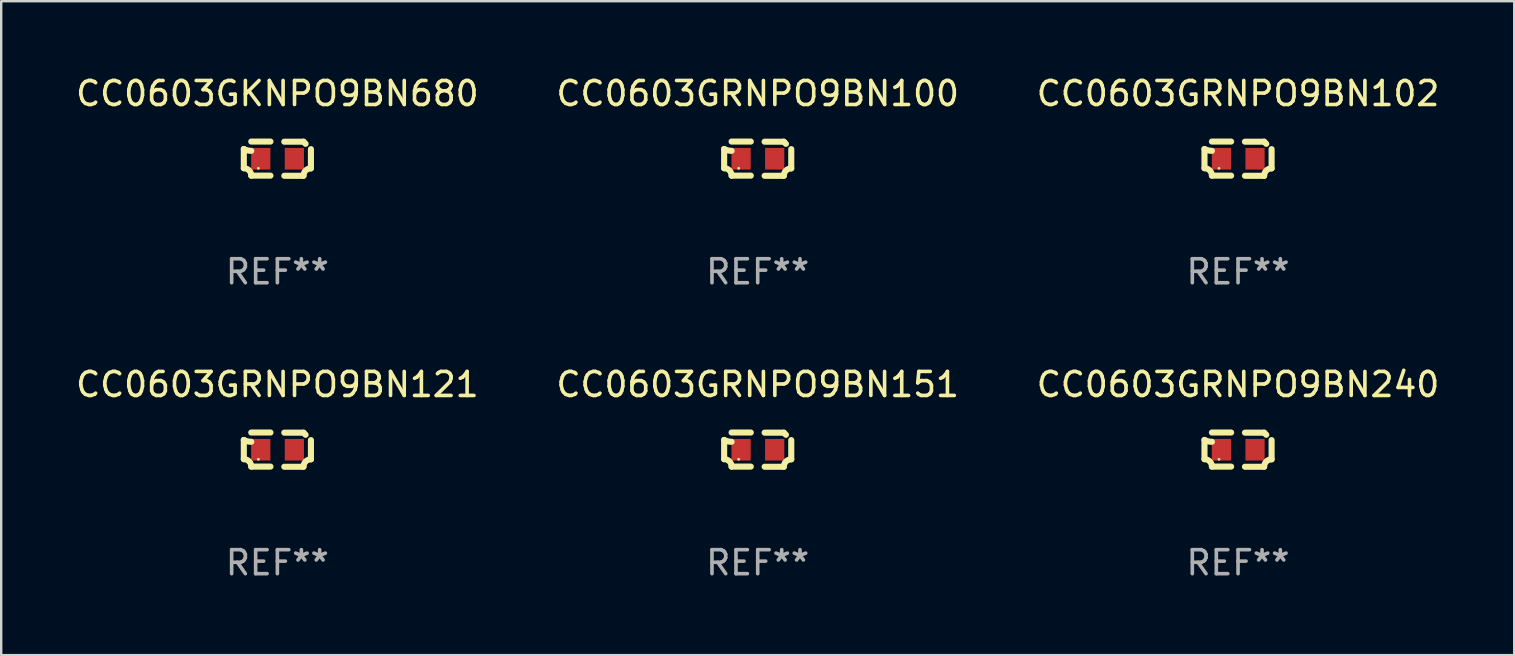
<source format=kicad_pcb>
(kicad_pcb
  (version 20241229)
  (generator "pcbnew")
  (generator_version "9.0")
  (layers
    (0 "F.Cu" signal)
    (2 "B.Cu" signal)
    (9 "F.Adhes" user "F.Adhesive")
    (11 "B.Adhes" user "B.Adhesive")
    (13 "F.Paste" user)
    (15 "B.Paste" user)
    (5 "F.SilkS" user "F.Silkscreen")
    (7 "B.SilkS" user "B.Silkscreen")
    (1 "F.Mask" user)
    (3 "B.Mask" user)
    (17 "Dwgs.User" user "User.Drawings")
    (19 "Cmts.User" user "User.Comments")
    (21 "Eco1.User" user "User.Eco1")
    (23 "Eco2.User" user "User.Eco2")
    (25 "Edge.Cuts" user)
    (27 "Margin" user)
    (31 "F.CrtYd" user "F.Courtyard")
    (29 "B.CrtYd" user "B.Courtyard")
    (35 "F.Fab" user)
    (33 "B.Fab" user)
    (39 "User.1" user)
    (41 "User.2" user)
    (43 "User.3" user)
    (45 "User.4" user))
  (footprint "CC0603GRNPO9BN100"
    (layer "F.Cu")
    (at 28.518 3.561)
    (property "Reference" "CC0603GRNPO9BN100" (at 0 -2.713 0) (layer "F.SilkS") (effects (font (size 1 1) (thickness 0.15))))
    (attr through_hole)
    (fp_line (start -1.398 -0.403) (end -1.398 0.397) (stroke (width 0.254) (type solid)) (layer "F.SilkS"))
    (fp_line (start -0.288 -0.713) (end -1.088 -0.713) (stroke (width 0.254) (type solid)) (layer "F.SilkS"))
    (fp_line (start -0.288 0.707) (end -1.088 0.707) (stroke (width 0.254) (type solid)) (layer "F.SilkS"))
    (fp_line (start 0.288 -0.707) (end 1.088 -0.707) (stroke (width 0.254) (type solid)) (layer "F.SilkS"))
    (fp_line (start 0.288 0.713) (end 1.088 0.713) (stroke (width 0.254) (type solid)) (layer "F.SilkS"))
    (fp_line (start 1.398 -0.397) (end 1.398 0.403) (stroke (width 0.254) (type solid)) (layer "F.SilkS"))
    (fp_arc (start -1.397789 0.397066) (mid -1.178701 0.487826) (end -1.08796 0.706922) (stroke (width 0.254001) (type solid)) (layer "F.SilkS"))
    (fp_arc (start -1.08796 -0.327176) (mid -1.247436 -0.346384) (end -1.39779 -0.402908) (stroke (width 0.254001) (type solid)) (layer "F.SilkS"))
    (fp_arc (start 1.087909 0.712738) (mid 1.178656 0.493655) (end 1.397739 0.402908) (stroke (width 0.254001) (type solid)) (layer "F.SilkS"))
    (fp_arc (start 1.175925 -0.618926) (mid 1.131917 -0.662923) (end 1.08791 -0.706922) (stroke (width 0.254001) (type solid)) (layer "F.SilkS"))
    (fp_circle (center -0.792 0.403) (end -0.762 0.403) (stroke (width 0.06) (type solid)) (fill no) (layer "F.SilkS"))
    (fp_text user "REF**" (at 0 4.713 0) (layer "F.Fab") (effects (font (size 1 1) (thickness 0.15))))
    (pad "1" smd rect (at -0.692 0.003) (size 0.8 0.9) (layers "F.Cu" "F.Mask" "F.Paste"))
    (pad "2" smd rect (at 0.708 0.003) (size 0.8 0.9) (layers "F.Cu" "F.Mask" "F.Paste")))
  (footprint "CC0603GKNPO9BN680"
    (layer "F.Cu")
    (at 8.506 3.561)
    (property "Reference" "CC0603GKNPO9BN680" (at 0 -2.713 0) (layer "F.SilkS") (effects (font (size 1 1) (thickness 0.15))))
    (attr through_hole)
    (fp_line (start -1.398 -0.403) (end -1.398 0.397) (stroke (width 0.254) (type solid)) (layer "F.SilkS"))
    (fp_line (start -0.288 -0.713) (end -1.088 -0.713) (stroke (width 0.254) (type solid)) (layer "F.SilkS"))
    (fp_line (start -0.288 0.707) (end -1.088 0.707) (stroke (width 0.254) (type solid)) (layer "F.SilkS"))
    (fp_line (start 0.288 -0.707) (end 1.088 -0.707) (stroke (width 0.254) (type solid)) (layer "F.SilkS"))
    (fp_line (start 0.288 0.713) (end 1.088 0.713) (stroke (width 0.254) (type solid)) (layer "F.SilkS"))
    (fp_line (start 1.398 -0.397) (end 1.398 0.403) (stroke (width 0.254) (type solid)) (layer "F.SilkS"))
    (fp_arc (start -1.397789 0.397066) (mid -1.178701 0.487826) (end -1.08796 0.706922) (stroke (width 0.254001) (type solid)) (layer "F.SilkS"))
    (fp_arc (start -1.08796 -0.327176) (mid -1.247436 -0.346384) (end -1.39779 -0.402908) (stroke (width 0.254001) (type solid)) (layer "F.SilkS"))
    (fp_arc (start 1.087909 0.712738) (mid 1.178656 0.493655) (end 1.397739 0.402908) (stroke (width 0.254001) (type solid)) (layer "F.SilkS"))
    (fp_arc (start 1.175925 -0.618926) (mid 1.131917 -0.662923) (end 1.08791 -0.706922) (stroke (width 0.254001) (type solid)) (layer "F.SilkS"))
    (fp_circle (center -0.792 0.403) (end -0.762 0.403) (stroke (width 0.06) (type solid)) (fill no) (layer "F.SilkS"))
    (fp_text user "REF**" (at 0 4.713 0) (layer "F.Fab") (effects (font (size 1 1) (thickness 0.15))))
    (pad "1" smd rect (at -0.692 0.003) (size 0.8 0.9) (layers "F.Cu" "F.Mask" "F.Paste"))
    (pad "2" smd rect (at 0.708 0.003) (size 0.8 0.9) (layers "F.Cu" "F.Mask" "F.Paste")))
  (footprint "CC0603GRNPO9BN151"
    (layer "F.Cu")
    (at 28.518 15.683)
    (property "Reference" "CC0603GRNPO9BN151" (at 0 -2.713 0) (layer "F.SilkS") (effects (font (size 1 1) (thickness 0.15))))
    (attr through_hole)
    (fp_line (start -1.398 -0.403) (end -1.398 0.397) (stroke (width 0.254) (type solid)) (layer "F.SilkS"))
    (fp_line (start -0.288 -0.713) (end -1.088 -0.713) (stroke (width 0.254) (type solid)) (layer "F.SilkS"))
    (fp_line (start -0.288 0.707) (end -1.088 0.707) (stroke (width 0.254) (type solid)) (layer "F.SilkS"))
    (fp_line (start 0.288 -0.707) (end 1.088 -0.707) (stroke (width 0.254) (type solid)) (layer "F.SilkS"))
    (fp_line (start 0.288 0.713) (end 1.088 0.713) (stroke (width 0.254) (type solid)) (layer "F.SilkS"))
    (fp_line (start 1.398 -0.397) (end 1.398 0.403) (stroke (width 0.254) (type solid)) (layer "F.SilkS"))
    (fp_arc (start -1.397789 0.397066) (mid -1.178701 0.487826) (end -1.08796 0.706922) (stroke (width 0.254001) (type solid)) (layer "F.SilkS"))
    (fp_arc (start -1.08796 -0.327176) (mid -1.247436 -0.346384) (end -1.39779 -0.402908) (stroke (width 0.254001) (type solid)) (layer "F.SilkS"))
    (fp_arc (start 1.087909 0.712738) (mid 1.178656 0.493655) (end 1.397739 0.402908) (stroke (width 0.254001) (type solid)) (layer "F.SilkS"))
    (fp_arc (start 1.175925 -0.618926) (mid 1.131917 -0.662923) (end 1.08791 -0.706922) (stroke (width 0.254001) (type solid)) (layer "F.SilkS"))
    (fp_circle (center -0.792 0.403) (end -0.762 0.403) (stroke (width 0.06) (type solid)) (fill no) (layer "F.SilkS"))
    (fp_text user "REF**" (at 0 4.713 0) (layer "F.Fab") (effects (font (size 1 1) (thickness 0.15))))
    (pad "1" smd rect (at -0.692 0.003) (size 0.8 0.9) (layers "F.Cu" "F.Mask" "F.Paste"))
    (pad "2" smd rect (at 0.708 0.003) (size 0.8 0.9) (layers "F.Cu" "F.Mask" "F.Paste")))
  (footprint "CC0603GRNPO9BN240"
    (layer "F.Cu")
    (at 48.53 15.683)
    (property "Reference" "CC0603GRNPO9BN240" (at 0 -2.713 0) (layer "F.SilkS") (effects (font (size 1 1) (thickness 0.15))))
    (attr through_hole)
    (fp_line (start -1.398 -0.403) (end -1.398 0.397) (stroke (width 0.254) (type solid)) (layer "F.SilkS"))
    (fp_line (start -0.288 -0.713) (end -1.088 -0.713) (stroke (width 0.254) (type solid)) (layer "F.SilkS"))
    (fp_line (start -0.288 0.707) (end -1.088 0.707) (stroke (width 0.254) (type solid)) (layer "F.SilkS"))
    (fp_line (start 0.288 -0.707) (end 1.088 -0.707) (stroke (width 0.254) (type solid)) (layer "F.SilkS"))
    (fp_line (start 0.288 0.713) (end 1.088 0.713) (stroke (width 0.254) (type solid)) (layer "F.SilkS"))
    (fp_line (start 1.398 -0.397) (end 1.398 0.403) (stroke (width 0.254) (type solid)) (layer "F.SilkS"))
    (fp_arc (start -1.397789 0.397066) (mid -1.178701 0.487826) (end -1.08796 0.706922) (stroke (width 0.254001) (type solid)) (layer "F.SilkS"))
    (fp_arc (start -1.08796 -0.327176) (mid -1.247436 -0.346384) (end -1.39779 -0.402908) (stroke (width 0.254001) (type solid)) (layer "F.SilkS"))
    (fp_arc (start 1.087909 0.712738) (mid 1.178656 0.493655) (end 1.397739 0.402908) (stroke (width 0.254001) (type solid)) (layer "F.SilkS"))
    (fp_arc (start 1.175925 -0.618926) (mid 1.131917 -0.662923) (end 1.08791 -0.706922) (stroke (width 0.254001) (type solid)) (layer "F.SilkS"))
    (fp_circle (center -0.792 0.403) (end -0.762 0.403) (stroke (width 0.06) (type solid)) (fill no) (layer "F.SilkS"))
    (fp_text user "REF**" (at 0 4.713 0) (layer "F.Fab") (effects (font (size 1 1) (thickness 0.15))))
    (pad "1" smd rect (at -0.692 0.003) (size 0.8 0.9) (layers "F.Cu" "F.Mask" "F.Paste"))
    (pad "2" smd rect (at 0.708 0.003) (size 0.8 0.9) (layers "F.Cu" "F.Mask" "F.Paste")))
  (footprint "CC0603GRNPO9BN121"
    (layer "F.Cu")
    (at 8.506 15.683)
    (property "Reference" "CC0603GRNPO9BN121" (at 0 -2.713 0) (layer "F.SilkS") (effects (font (size 1 1) (thickness 0.15))))
    (attr through_hole)
    (fp_line (start -1.398 -0.403) (end -1.398 0.397) (stroke (width 0.254) (type solid)) (layer "F.SilkS"))
    (fp_line (start -0.288 -0.713) (end -1.088 -0.713) (stroke (width 0.254) (type solid)) (layer "F.SilkS"))
    (fp_line (start -0.288 0.707) (end -1.088 0.707) (stroke (width 0.254) (type solid)) (layer "F.SilkS"))
    (fp_line (start 0.288 -0.707) (end 1.088 -0.707) (stroke (width 0.254) (type solid)) (layer "F.SilkS"))
    (fp_line (start 0.288 0.713) (end 1.088 0.713) (stroke (width 0.254) (type solid)) (layer "F.SilkS"))
    (fp_line (start 1.398 -0.397) (end 1.398 0.403) (stroke (width 0.254) (type solid)) (layer "F.SilkS"))
    (fp_arc (start -1.397789 0.397066) (mid -1.178701 0.487826) (end -1.08796 0.706922) (stroke (width 0.254001) (type solid)) (layer "F.SilkS"))
    (fp_arc (start -1.08796 -0.327176) (mid -1.247436 -0.346384) (end -1.39779 -0.402908) (stroke (width 0.254001) (type solid)) (layer "F.SilkS"))
    (fp_arc (start 1.087909 0.712738) (mid 1.178656 0.493655) (end 1.397739 0.402908) (stroke (width 0.254001) (type solid)) (layer "F.SilkS"))
    (fp_arc (start 1.175925 -0.618926) (mid 1.131917 -0.662923) (end 1.08791 -0.706922) (stroke (width 0.254001) (type solid)) (layer "F.SilkS"))
    (fp_circle (center -0.792 0.403) (end -0.762 0.403) (stroke (width 0.06) (type solid)) (fill no) (layer "F.SilkS"))
    (fp_text user "REF**" (at 0 4.713 0) (layer "F.Fab") (effects (font (size 1 1) (thickness 0.15))))
    (pad "1" smd rect (at -0.692 0.003) (size 0.8 0.9) (layers "F.Cu" "F.Mask" "F.Paste"))
    (pad "2" smd rect (at 0.708 0.003) (size 0.8 0.9) (layers "F.Cu" "F.Mask" "F.Paste")))
  (footprint "CC0603GRNPO9BN102"
    (layer "F.Cu")
    (at 48.53 3.561)
    (property "Reference" "CC0603GRNPO9BN102" (at 0 -2.713 0) (layer "F.SilkS") (effects (font (size 1 1) (thickness 0.15))))
    (attr through_hole)
    (fp_line (start -1.398 -0.403) (end -1.398 0.397) (stroke (width 0.254) (type solid)) (layer "F.SilkS"))
    (fp_line (start -0.288 -0.713) (end -1.088 -0.713) (stroke (width 0.254) (type solid)) (layer "F.SilkS"))
    (fp_line (start -0.288 0.707) (end -1.088 0.707) (stroke (width 0.254) (type solid)) (layer "F.SilkS"))
    (fp_line (start 0.288 -0.707) (end 1.088 -0.707) (stroke (width 0.254) (type solid)) (layer "F.SilkS"))
    (fp_line (start 0.288 0.713) (end 1.088 0.713) (stroke (width 0.254) (type solid)) (layer "F.SilkS"))
    (fp_line (start 1.398 -0.397) (end 1.398 0.403) (stroke (width 0.254) (type solid)) (layer "F.SilkS"))
    (fp_arc (start -1.397789 0.397066) (mid -1.178701 0.487826) (end -1.08796 0.706922) (stroke (width 0.254001) (type solid)) (layer "F.SilkS"))
    (fp_arc (start -1.08796 -0.327176) (mid -1.247436 -0.346384) (end -1.39779 -0.402908) (stroke (width 0.254001) (type solid)) (layer "F.SilkS"))
    (fp_arc (start 1.087909 0.712738) (mid 1.178656 0.493655) (end 1.397739 0.402908) (stroke (width 0.254001) (type solid)) (layer "F.SilkS"))
    (fp_arc (start 1.175925 -0.618926) (mid 1.131917 -0.662923) (end 1.08791 -0.706922) (stroke (width 0.254001) (type solid)) (layer "F.SilkS"))
    (fp_circle (center -0.792 0.403) (end -0.762 0.403) (stroke (width 0.06) (type solid)) (fill no) (layer "F.SilkS"))
    (fp_text user "REF**" (at 0 4.713 0) (layer "F.Fab") (effects (font (size 1 1) (thickness 0.15))))
    (pad "1" smd rect (at -0.692 0.003) (size 0.8 0.9) (layers "F.Cu" "F.Mask" "F.Paste"))
    (pad "2" smd rect (at 0.708 0.003) (size 0.8 0.9) (layers "F.Cu" "F.Mask" "F.Paste")))
  (gr_rect
    (start -3 -3)
    (end 60.036 24.244)
    (stroke (width 0.1) (type default))
    (fill no)
    (layer "Edge.Cuts")))
</source>
